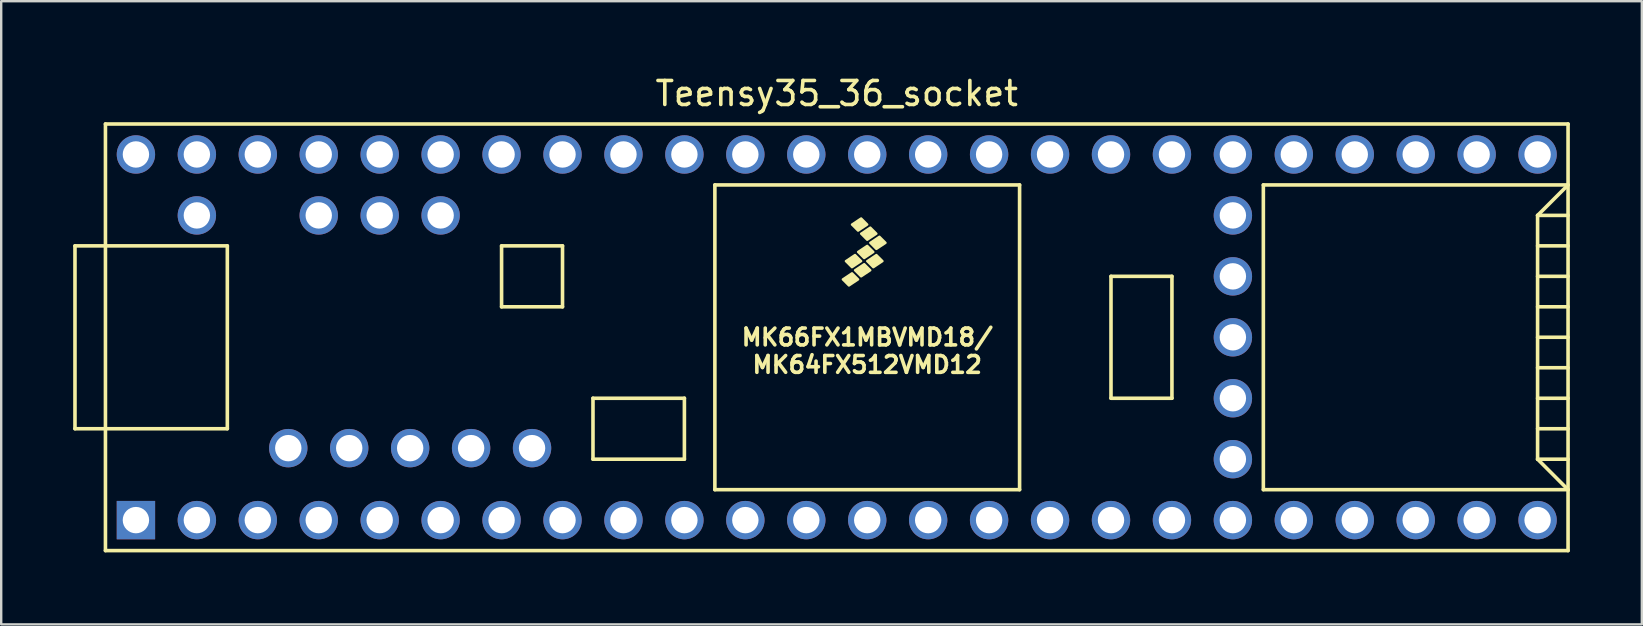
<source format=kicad_pcb>
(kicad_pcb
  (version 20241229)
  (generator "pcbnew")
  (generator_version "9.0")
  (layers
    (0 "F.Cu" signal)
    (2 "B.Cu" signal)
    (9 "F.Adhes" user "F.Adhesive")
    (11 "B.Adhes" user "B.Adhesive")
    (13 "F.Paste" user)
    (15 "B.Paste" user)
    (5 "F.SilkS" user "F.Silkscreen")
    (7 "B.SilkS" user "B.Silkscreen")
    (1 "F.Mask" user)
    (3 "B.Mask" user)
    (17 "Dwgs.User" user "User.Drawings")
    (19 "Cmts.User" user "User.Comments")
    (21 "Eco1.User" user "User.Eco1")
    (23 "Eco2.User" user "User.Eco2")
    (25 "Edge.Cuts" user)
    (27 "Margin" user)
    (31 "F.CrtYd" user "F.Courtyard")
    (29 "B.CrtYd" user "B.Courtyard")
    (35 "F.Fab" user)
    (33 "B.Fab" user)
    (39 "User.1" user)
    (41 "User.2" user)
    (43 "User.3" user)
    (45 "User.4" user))
  (footprint "Teensy35_36_socket"
    (layer "F.Cu")
    (at 31.825 11.008)
    (property "Reference" "Teensy35_36_socket" (at 0 -10.16 0) (layer "F.SilkS") (effects (font (size 1 1) (thickness 0.15))))
    (attr through_hole)
    (fp_line (start -31.75 -3.81) (end -30.48 -3.81) (stroke (width 0.15) (type solid)) (layer "F.SilkS"))
    (fp_line (start -31.75 3.81) (end -31.75 -3.81) (stroke (width 0.15) (type solid)) (layer "F.SilkS"))
    (fp_line (start -30.48 3.81) (end -31.75 3.81) (stroke (width 0.15) (type solid)) (layer "F.SilkS"))
    (fp_line (start -30.48 8.89) (end -30.48 -8.89) (stroke (width 0.15) (type solid)) (layer "F.SilkS"))
    (fp_line (start -30.48 8.89) (end 30.48 8.89) (stroke (width 0.15) (type solid)) (layer "F.SilkS"))
    (fp_line (start -25.4 -3.81) (end -30.48 -3.81) (stroke (width 0.15) (type solid)) (layer "F.SilkS"))
    (fp_line (start -25.4 3.81) (end -30.48 3.81) (stroke (width 0.15) (type solid)) (layer "F.SilkS"))
    (fp_line (start -25.4 3.81) (end -25.4 -3.81) (stroke (width 0.15) (type solid)) (layer "F.SilkS"))
    (fp_line (start -13.97 -3.81) (end -13.97 -1.27) (stroke (width 0.15) (type solid)) (layer "F.SilkS"))
    (fp_line (start -13.97 -1.27) (end -11.43 -1.27) (stroke (width 0.15) (type solid)) (layer "F.SilkS"))
    (fp_line (start -11.43 -3.81) (end -13.97 -3.81) (stroke (width 0.15) (type solid)) (layer "F.SilkS"))
    (fp_line (start -11.43 -1.27) (end -11.43 -3.81) (stroke (width 0.15) (type solid)) (layer "F.SilkS"))
    (fp_line (start -10.16 2.54) (end -6.35 2.54) (stroke (width 0.15) (type solid)) (layer "F.SilkS"))
    (fp_line (start -10.16 5.08) (end -10.16 2.54) (stroke (width 0.15) (type solid)) (layer "F.SilkS"))
    (fp_line (start -6.35 2.54) (end -6.35 5.08) (stroke (width 0.15) (type solid)) (layer "F.SilkS"))
    (fp_line (start -6.35 5.08) (end -10.16 5.08) (stroke (width 0.15) (type solid)) (layer "F.SilkS"))
    (fp_line (start -5.08 -6.35) (end -5.08 6.35) (stroke (width 0.15) (type solid)) (layer "F.SilkS"))
    (fp_line (start -5.08 -6.35) (end 7.62 -6.35) (stroke (width 0.15) (type solid)) (layer "F.SilkS"))
    (fp_line (start -5.08 6.35) (end 7.62 6.35) (stroke (width 0.15) (type solid)) (layer "F.SilkS"))
    (fp_line (start 7.62 6.35) (end 7.62 -6.35) (stroke (width 0.15) (type solid)) (layer "F.SilkS"))
    (fp_line (start 11.43 -2.54) (end 13.97 -2.54) (stroke (width 0.15) (type solid)) (layer "F.SilkS"))
    (fp_line (start 11.43 2.54) (end 11.43 -2.54) (stroke (width 0.15) (type solid)) (layer "F.SilkS"))
    (fp_line (start 13.97 -2.54) (end 13.97 2.54) (stroke (width 0.15) (type solid)) (layer "F.SilkS"))
    (fp_line (start 13.97 2.54) (end 11.43 2.54) (stroke (width 0.15) (type solid)) (layer "F.SilkS"))
    (fp_line (start 17.78 -6.35) (end 17.78 6.35) (stroke (width 0.15) (type solid)) (layer "F.SilkS"))
    (fp_line (start 17.78 6.35) (end 30.48 6.35) (stroke (width 0.15) (type solid)) (layer "F.SilkS"))
    (fp_line (start 29.21 -5.08) (end 30.48 -6.35) (stroke (width 0.15) (type solid)) (layer "F.SilkS"))
    (fp_line (start 29.21 -5.08) (end 30.48 -5.08) (stroke (width 0.15) (type solid)) (layer "F.SilkS"))
    (fp_line (start 29.21 -3.81) (end 30.48 -3.81) (stroke (width 0.15) (type solid)) (layer "F.SilkS"))
    (fp_line (start 29.21 -2.54) (end 30.48 -2.54) (stroke (width 0.15) (type solid)) (layer "F.SilkS"))
    (fp_line (start 29.21 -1.27) (end 30.48 -1.27) (stroke (width 0.15) (type solid)) (layer "F.SilkS"))
    (fp_line (start 29.21 0) (end 30.48 0) (stroke (width 0.15) (type solid)) (layer "F.SilkS"))
    (fp_line (start 29.21 1.27) (end 30.48 1.27) (stroke (width 0.15) (type solid)) (layer "F.SilkS"))
    (fp_line (start 29.21 2.54) (end 30.48 2.54) (stroke (width 0.15) (type solid)) (layer "F.SilkS"))
    (fp_line (start 29.21 3.81) (end 30.48 3.81) (stroke (width 0.15) (type solid)) (layer "F.SilkS"))
    (fp_line (start 29.21 5.08) (end 29.21 -5.08) (stroke (width 0.15) (type solid)) (layer "F.SilkS"))
    (fp_line (start 29.21 5.08) (end 30.48 5.08) (stroke (width 0.15) (type solid)) (layer "F.SilkS"))
    (fp_line (start 30.48 -8.89) (end -30.48 -8.89) (stroke (width 0.15) (type solid)) (layer "F.SilkS"))
    (fp_line (start 30.48 -8.89) (end 30.48 8.89) (stroke (width 0.15) (type solid)) (layer "F.SilkS"))
    (fp_line (start 30.48 -6.35) (end 17.78 -6.35) (stroke (width 0.15) (type solid)) (layer "F.SilkS"))
    (fp_line (start 30.48 6.35) (end 29.21 5.08) (stroke (width 0.15) (type solid)) (layer "F.SilkS"))
    (fp_poly (pts (xy 0.635 -2.667) (xy 0.889 -2.413) (xy 0.508 -2.159) (xy 0.254 -2.413)) (stroke (width 0.1) (type solid)) (fill yes) (layer "F.SilkS"))
    (fp_poly (pts (xy 0.762 -3.429) (xy 1.016 -3.175) (xy 0.635 -2.921) (xy 0.381 -3.175)) (stroke (width 0.1) (type solid)) (fill yes) (layer "F.SilkS"))
    (fp_poly (pts (xy 1.016 -4.953) (xy 1.27 -4.699) (xy 0.889 -4.445) (xy 0.635 -4.699)) (stroke (width 0.1) (type solid)) (fill yes) (layer "F.SilkS"))
    (fp_poly (pts (xy 1.143 -3.048) (xy 1.397 -2.794) (xy 1.016 -2.54) (xy 0.762 -2.794)) (stroke (width 0.1) (type solid)) (fill yes) (layer "F.SilkS"))
    (fp_poly (pts (xy 1.27 -3.81) (xy 1.524 -3.556) (xy 1.143 -3.302) (xy 0.889 -3.556)) (stroke (width 0.1) (type solid)) (fill yes) (layer "F.SilkS"))
    (fp_poly (pts (xy 1.397 -4.572) (xy 1.651 -4.318) (xy 1.27 -4.064) (xy 1.016 -4.318)) (stroke (width 0.1) (type solid)) (fill yes) (layer "F.SilkS"))
    (fp_poly (pts (xy 1.651 -3.429) (xy 1.905 -3.175) (xy 1.524 -2.921) (xy 1.27 -3.175)) (stroke (width 0.1) (type solid)) (fill yes) (layer "F.SilkS"))
    (fp_poly (pts (xy 1.778 -4.191) (xy 2.032 -3.937) (xy 1.651 -3.683) (xy 1.397 -3.937)) (stroke (width 0.1) (type solid)) (fill yes) (layer "F.SilkS"))
    (fp_text user "MK66FX1MBVMD18/" (at 1.27 0 0) (layer "F.SilkS") (effects (font (size 0.7 0.7) (thickness 0.15))))
    (fp_text user "MK64FX512VMD12" (at 1.27 1.143 0) (layer "F.SilkS") (effects (font (size 0.7 0.7) (thickness 0.15))))
    (pad "1" thru_hole rect (at -29.21 7.62) (size 1.6 1.6) (drill 1.1) (layers "*.Cu" "*.Mask"))
    (pad "2" thru_hole circle (at -26.67 7.62) (size 1.6 1.6) (drill 1.1) (layers "*.Cu" "*.Mask"))
    (pad "3" thru_hole circle (at -24.13 7.62) (size 1.6 1.6) (drill 1.1) (layers "*.Cu" "*.Mask"))
    (pad "4" thru_hole circle (at -21.59 7.62) (size 1.6 1.6) (drill 1.1) (layers "*.Cu" "*.Mask"))
    (pad "5" thru_hole circle (at -19.05 7.62) (size 1.6 1.6) (drill 1.1) (layers "*.Cu" "*.Mask"))
    (pad "6" thru_hole circle (at -16.51 7.62) (size 1.6 1.6) (drill 1.1) (layers "*.Cu" "*.Mask"))
    (pad "7" thru_hole circle (at -13.97 7.62) (size 1.6 1.6) (drill 1.1) (layers "*.Cu" "*.Mask"))
    (pad "8" thru_hole circle (at -11.43 7.62) (size 1.6 1.6) (drill 1.1) (layers "*.Cu" "*.Mask"))
    (pad "9" thru_hole circle (at -8.89 7.62) (size 1.6 1.6) (drill 1.1) (layers "*.Cu" "*.Mask"))
    (pad "10" thru_hole circle (at -6.35 7.62) (size 1.6 1.6) (drill 1.1) (layers "*.Cu" "*.Mask"))
    (pad "11" thru_hole circle (at -3.81 7.62) (size 1.6 1.6) (drill 1.1) (layers "*.Cu" "*.Mask"))
    (pad "12" thru_hole circle (at -1.27 7.62) (size 1.6 1.6) (drill 1.1) (layers "*.Cu" "*.Mask"))
    (pad "13" thru_hole circle (at 1.27 7.62) (size 1.6 1.6) (drill 1.1) (layers "*.Cu" "*.Mask"))
    (pad "14" thru_hole circle (at 3.81 7.62) (size 1.6 1.6) (drill 1.1) (layers "*.Cu" "*.Mask"))
    (pad "15" thru_hole circle (at 6.35 7.62) (size 1.6 1.6) (drill 1.1) (layers "*.Cu" "*.Mask"))
    (pad "16" thru_hole circle (at 8.89 7.62) (size 1.6 1.6) (drill 1.1) (layers "*.Cu" "*.Mask"))
    (pad "17" thru_hole circle (at 11.43 7.62) (size 1.6 1.6) (drill 1.1) (layers "*.Cu" "*.Mask"))
    (pad "18" thru_hole circle (at 13.97 7.62) (size 1.6 1.6) (drill 1.1) (layers "*.Cu" "*.Mask"))
    (pad "19" thru_hole circle (at 16.51 7.62) (size 1.6 1.6) (drill 1.1) (layers "*.Cu" "*.Mask"))
    (pad "20" thru_hole circle (at 19.05 7.62) (size 1.6 1.6) (drill 1.1) (layers "*.Cu" "*.Mask"))
    (pad "21" thru_hole circle (at 21.59 7.62) (size 1.6 1.6) (drill 1.1) (layers "*.Cu" "*.Mask"))
    (pad "22" thru_hole circle (at 24.13 7.62) (size 1.6 1.6) (drill 1.1) (layers "*.Cu" "*.Mask"))
    (pad "23" thru_hole circle (at 26.67 7.62) (size 1.6 1.6) (drill 1.1) (layers "*.Cu" "*.Mask"))
    (pad "24" thru_hole circle (at 29.21 7.62) (size 1.6 1.6) (drill 1.1) (layers "*.Cu" "*.Mask"))
    (pad "25" thru_hole circle (at 16.51 5.08) (size 1.6 1.6) (drill 1.1) (layers "*.Cu" "*.Mask"))
    (pad "26" thru_hole circle (at 16.51 2.54) (size 1.6 1.6) (drill 1.1) (layers "*.Cu" "*.Mask"))
    (pad "27" thru_hole circle (at 16.51 0) (size 1.6 1.6) (drill 1.1) (layers "*.Cu" "*.Mask"))
    (pad "28" thru_hole circle (at 16.51 -2.54) (size 1.6 1.6) (drill 1.1) (layers "*.Cu" "*.Mask"))
    (pad "29" thru_hole circle (at 16.51 -5.08) (size 1.6 1.6) (drill 1.1) (layers "*.Cu" "*.Mask"))
    (pad "30" thru_hole circle (at 29.21 -7.62) (size 1.6 1.6) (drill 1.1) (layers "*.Cu" "*.Mask"))
    (pad "31" thru_hole circle (at 26.67 -7.62) (size 1.6 1.6) (drill 1.1) (layers "*.Cu" "*.Mask"))
    (pad "32" thru_hole circle (at 24.13 -7.62) (size 1.6 1.6) (drill 1.1) (layers "*.Cu" "*.Mask"))
    (pad "33" thru_hole circle (at 21.59 -7.62) (size 1.6 1.6) (drill 1.1) (layers "*.Cu" "*.Mask"))
    (pad "34" thru_hole circle (at 19.05 -7.62) (size 1.6 1.6) (drill 1.1) (layers "*.Cu" "*.Mask"))
    (pad "35" thru_hole circle (at 16.51 -7.62) (size 1.6 1.6) (drill 1.1) (layers "*.Cu" "*.Mask"))
    (pad "36" thru_hole circle (at 13.97 -7.62) (size 1.6 1.6) (drill 1.1) (layers "*.Cu" "*.Mask"))
    (pad "37" thru_hole circle (at 11.43 -7.62) (size 1.6 1.6) (drill 1.1) (layers "*.Cu" "*.Mask"))
    (pad "38" thru_hole circle (at 8.89 -7.62) (size 1.6 1.6) (drill 1.1) (layers "*.Cu" "*.Mask"))
    (pad "39" thru_hole circle (at 6.35 -7.62) (size 1.6 1.6) (drill 1.1) (layers "*.Cu" "*.Mask"))
    (pad "40" thru_hole circle (at 3.81 -7.62) (size 1.6 1.6) (drill 1.1) (layers "*.Cu" "*.Mask"))
    (pad "41" thru_hole circle (at 1.27 -7.62) (size 1.6 1.6) (drill 1.1) (layers "*.Cu" "*.Mask"))
    (pad "42" thru_hole circle (at -1.27 -7.62) (size 1.6 1.6) (drill 1.1) (layers "*.Cu" "*.Mask"))
    (pad "43" thru_hole circle (at -3.81 -7.62) (size 1.6 1.6) (drill 1.1) (layers "*.Cu" "*.Mask"))
    (pad "44" thru_hole circle (at -6.35 -7.62) (size 1.6 1.6) (drill 1.1) (layers "*.Cu" "*.Mask"))
    (pad "45" thru_hole circle (at -8.89 -7.62) (size 1.6 1.6) (drill 1.1) (layers "*.Cu" "*.Mask"))
    (pad "46" thru_hole circle (at -11.43 -7.62) (size 1.6 1.6) (drill 1.1) (layers "*.Cu" "*.Mask"))
    (pad "47" thru_hole circle (at -13.97 -7.62) (size 1.6 1.6) (drill 1.1) (layers "*.Cu" "*.Mask"))
    (pad "48" thru_hole circle (at -16.51 -7.62) (size 1.6 1.6) (drill 1.1) (layers "*.Cu" "*.Mask"))
    (pad "49" thru_hole circle (at -19.05 -7.62) (size 1.6 1.6) (drill 1.1) (layers "*.Cu" "*.Mask"))
    (pad "50" thru_hole circle (at -21.59 -7.62) (size 1.6 1.6) (drill 1.1) (layers "*.Cu" "*.Mask"))
    (pad "51" thru_hole circle (at -24.13 -7.62) (size 1.6 1.6) (drill 1.1) (layers "*.Cu" "*.Mask"))
    (pad "52" thru_hole circle (at -26.67 -7.62) (size 1.6 1.6) (drill 1.1) (layers "*.Cu" "*.Mask"))
    (pad "53" thru_hole circle (at -29.21 -7.62) (size 1.6 1.6) (drill 1.1) (layers "*.Cu" "*.Mask"))
    (pad "54" thru_hole circle (at -26.67 -5.08) (size 1.6 1.6) (drill 1.1) (layers "*.Cu" "*.Mask"))
    (pad "55" thru_hole circle (at -21.59 -5.08) (size 1.6 1.6) (drill 1.1) (layers "*.Cu" "*.Mask"))
    (pad "56" thru_hole circle (at -19.05 -5.08) (size 1.6 1.6) (drill 1.1) (layers "*.Cu" "*.Mask"))
    (pad "57" thru_hole circle (at -16.51 -5.08) (size 1.6 1.6) (drill 1.1) (layers "*.Cu" "*.Mask"))
    (pad "58" thru_hole circle (at -22.86 4.62) (size 1.6 1.6) (drill 1.1) (layers "*.Cu" "*.Mask"))
    (pad "59" thru_hole circle (at -20.32 4.62) (size 1.6 1.6) (drill 1.1) (layers "*.Cu" "*.Mask"))
    (pad "60" thru_hole circle (at -17.78 4.62) (size 1.6 1.6) (drill 1.1) (layers "*.Cu" "*.Mask"))
    (pad "61" thru_hole circle (at -15.24 4.62) (size 1.6 1.6) (drill 1.1) (layers "*.Cu" "*.Mask"))
    (pad "62" thru_hole circle (at -12.7 4.62) (size 1.6 1.6) (drill 1.1) (layers "*.Cu" "*.Mask")))
  (gr_rect
    (start -3 -3)
    (end 65.38 22.973)
    (stroke (width 0.1) (type default))
    (fill no)
    (layer "Edge.Cuts")))
</source>
